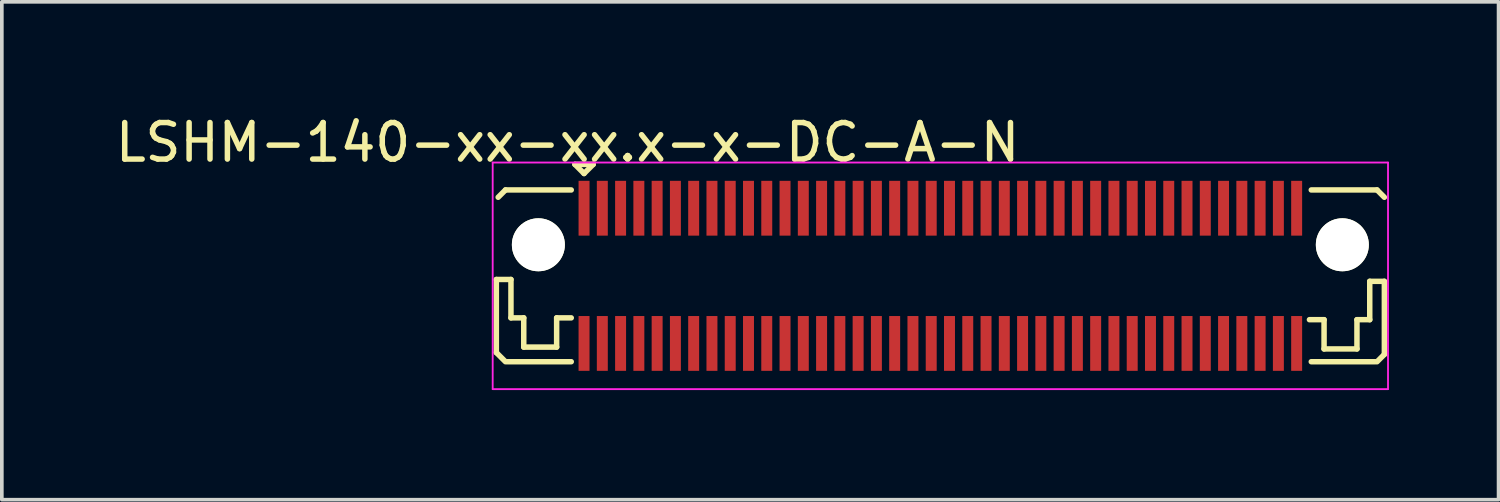
<source format=kicad_pcb>
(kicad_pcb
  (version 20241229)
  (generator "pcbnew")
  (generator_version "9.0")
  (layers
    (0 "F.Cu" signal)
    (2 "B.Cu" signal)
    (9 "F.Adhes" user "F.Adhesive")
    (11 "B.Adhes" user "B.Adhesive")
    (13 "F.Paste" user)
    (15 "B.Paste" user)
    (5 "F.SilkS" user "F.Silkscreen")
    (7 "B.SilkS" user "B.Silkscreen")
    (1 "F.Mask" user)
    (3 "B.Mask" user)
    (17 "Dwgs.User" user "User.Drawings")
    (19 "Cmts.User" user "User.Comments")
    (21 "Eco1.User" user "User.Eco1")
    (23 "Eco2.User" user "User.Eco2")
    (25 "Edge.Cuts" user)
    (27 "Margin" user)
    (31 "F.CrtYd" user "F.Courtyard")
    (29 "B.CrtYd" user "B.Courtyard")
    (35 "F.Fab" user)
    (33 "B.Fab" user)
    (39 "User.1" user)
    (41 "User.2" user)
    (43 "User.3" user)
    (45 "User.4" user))
  (footprint "LSHM-140-xx-xx.x-x-DC-A-N"
    (layer "F.Cu")
    (at 22.682 4.498)
    (property "Reference" "LSHM-140-xx-xx.x-x-DC-A-N" (at -10.2 -3.65 0) (layer "F.SilkS") (effects (font (size 1 1) (thickness 0.15))))
    (attr smd)
    (fp_line (start -12.15 0.1) (end -11.75 0.1) (stroke (width 0.15) (type solid)) (layer "F.SilkS"))
    (fp_line (start -12.15 2.1) (end -12.15 0.1) (stroke (width 0.15) (type solid)) (layer "F.SilkS"))
    (fp_line (start -11.9 -2.35) (end -12.1 -2.15) (stroke (width 0.15) (type solid)) (layer "F.SilkS"))
    (fp_line (start -11.9 -2.35) (end -10.1 -2.35) (stroke (width 0.15) (type solid)) (layer "F.SilkS"))
    (fp_line (start -11.9 2.35) (end -12.15 2.1) (stroke (width 0.15) (type solid)) (layer "F.SilkS"))
    (fp_line (start -11.85 2.35) (end -10.1 2.35) (stroke (width 0.15) (type solid)) (layer "F.SilkS"))
    (fp_line (start -11.75 0.1) (end -11.75 1.15) (stroke (width 0.15) (type solid)) (layer "F.SilkS"))
    (fp_line (start -11.75 1.15) (end -11.4 1.15) (stroke (width 0.15) (type solid)) (layer "F.SilkS"))
    (fp_line (start -11.4 1.95) (end -11.4 1.15) (stroke (width 0.15) (type solid)) (layer "F.SilkS"))
    (fp_line (start -10.5 1.15) (end -10.1 1.15) (stroke (width 0.15) (type solid)) (layer "F.SilkS"))
    (fp_line (start -10.5 1.95) (end -11.4 1.95) (stroke (width 0.15) (type solid)) (layer "F.SilkS"))
    (fp_line (start -10.5 1.95) (end -10.5 1.15) (stroke (width 0.15) (type solid)) (layer "F.SilkS"))
    (fp_line (start -10 -3.05) (end -9.75 -2.8) (stroke (width 0.15) (type solid)) (layer "F.SilkS"))
    (fp_line (start -9.75 -2.8) (end -9.5 -3.05) (stroke (width 0.15) (type solid)) (layer "F.SilkS"))
    (fp_line (start -9.5 -3.05) (end -10 -3.05) (stroke (width 0.15) (type solid)) (layer "F.SilkS"))
    (fp_line (start 10.1 1.2) (end 10.5 1.2) (stroke (width 0.15) (type solid)) (layer "F.SilkS"))
    (fp_line (start 10.15 -2.35) (end 11.95 -2.35) (stroke (width 0.15) (type solid)) (layer "F.SilkS"))
    (fp_line (start 10.15 2.35) (end 11.9 2.35) (stroke (width 0.15) (type solid)) (layer "F.SilkS"))
    (fp_line (start 10.5 2) (end 10.5 1.2) (stroke (width 0.15) (type solid)) (layer "F.SilkS"))
    (fp_line (start 11.4 1.2) (end 11.75 1.2) (stroke (width 0.15) (type solid)) (layer "F.SilkS"))
    (fp_line (start 11.4 2) (end 10.5 2) (stroke (width 0.15) (type solid)) (layer "F.SilkS"))
    (fp_line (start 11.4 2) (end 11.4 1.2) (stroke (width 0.15) (type solid)) (layer "F.SilkS"))
    (fp_line (start 11.75 0.15) (end 11.75 1.2) (stroke (width 0.15) (type solid)) (layer "F.SilkS"))
    (fp_line (start 11.75 0.15) (end 12.15 0.15) (stroke (width 0.15) (type solid)) (layer "F.SilkS"))
    (fp_line (start 11.95 -2.35) (end 12.15 -2.15) (stroke (width 0.15) (type solid)) (layer "F.SilkS"))
    (fp_line (start 11.95 2.35) (end 12.15 2.15) (stroke (width 0.15) (type solid)) (layer "F.SilkS"))
    (fp_line (start 12.15 2.15) (end 12.15 0.15) (stroke (width 0.15) (type solid)) (layer "F.SilkS"))
    (fp_line (start -12.25 -3.1) (end 12.25 -3.1) (stroke (width 0.05) (type solid)) (layer "F.CrtYd"))
    (fp_line (start -12.25 3.1) (end -12.25 -3.1) (stroke (width 0.05) (type solid)) (layer "F.CrtYd"))
    (fp_line (start -12.25 3.1) (end 12.25 3.1) (stroke (width 0.05) (type solid)) (layer "F.CrtYd"))
    (fp_line (start 12.25 3.1) (end 12.25 -3.1) (stroke (width 0.05) (type solid)) (layer "F.CrtYd"))
    (pad "" np_thru_hole circle (at -11 -0.85) (size 1.45 1.45) (drill 1.45) (layers "*.Cu" "*.Mask" "F.SilkS"))
    (pad "" np_thru_hole circle (at 11 -0.85) (size 1.45 1.45) (drill 1.45) (layers "*.Cu" "*.Mask" "F.SilkS"))
    (pad "1" smd rect (at -9.75 -1.85) (size 0.3 1.5) (layers "F.Cu" "F.Mask" "F.Paste"))
    (pad "2" smd rect (at -9.75 1.85) (size 0.3 1.5) (layers "F.Cu" "F.Mask" "F.Paste"))
    (pad "3" smd rect (at -9.25 -1.85) (size 0.3 1.5) (layers "F.Cu" "F.Mask" "F.Paste"))
    (pad "4" smd rect (at -9.25 1.85) (size 0.3 1.5) (layers "F.Cu" "F.Mask" "F.Paste"))
    (pad "5" smd rect (at -8.75 -1.85) (size 0.3 1.5) (layers "F.Cu" "F.Mask" "F.Paste"))
    (pad "6" smd rect (at -8.75 1.85) (size 0.3 1.5) (layers "F.Cu" "F.Mask" "F.Paste"))
    (pad "7" smd rect (at -8.25 -1.85) (size 0.3 1.5) (layers "F.Cu" "F.Mask" "F.Paste"))
    (pad "8" smd rect (at -8.25 1.85) (size 0.3 1.5) (layers "F.Cu" "F.Mask" "F.Paste"))
    (pad "9" smd rect (at -7.75 -1.85) (size 0.3 1.5) (layers "F.Cu" "F.Mask" "F.Paste"))
    (pad "10" smd rect (at -7.75 1.85) (size 0.3 1.5) (layers "F.Cu" "F.Mask" "F.Paste"))
    (pad "11" smd rect (at -7.25 -1.85) (size 0.3 1.5) (layers "F.Cu" "F.Mask" "F.Paste"))
    (pad "12" smd rect (at -7.25 1.85) (size 0.3 1.5) (layers "F.Cu" "F.Mask" "F.Paste"))
    (pad "13" smd rect (at -6.75 -1.85) (size 0.3 1.5) (layers "F.Cu" "F.Mask" "F.Paste"))
    (pad "14" smd rect (at -6.75 1.85) (size 0.3 1.5) (layers "F.Cu" "F.Mask" "F.Paste"))
    (pad "15" smd rect (at -6.25 -1.85) (size 0.3 1.5) (layers "F.Cu" "F.Mask" "F.Paste"))
    (pad "16" smd rect (at -6.25 1.85) (size 0.3 1.5) (layers "F.Cu" "F.Mask" "F.Paste"))
    (pad "17" smd rect (at -5.75 -1.85) (size 0.3 1.5) (layers "F.Cu" "F.Mask" "F.Paste"))
    (pad "18" smd rect (at -5.75 1.85) (size 0.3 1.5) (layers "F.Cu" "F.Mask" "F.Paste"))
    (pad "19" smd rect (at -5.25 -1.85) (size 0.3 1.5) (layers "F.Cu" "F.Mask" "F.Paste"))
    (pad "20" smd rect (at -5.25 1.85) (size 0.3 1.5) (layers "F.Cu" "F.Mask" "F.Paste"))
    (pad "21" smd rect (at -4.75 -1.85) (size 0.3 1.5) (layers "F.Cu" "F.Mask" "F.Paste"))
    (pad "22" smd rect (at -4.75 1.85) (size 0.3 1.5) (layers "F.Cu" "F.Mask" "F.Paste"))
    (pad "23" smd rect (at -4.25 -1.85) (size 0.3 1.5) (layers "F.Cu" "F.Mask" "F.Paste"))
    (pad "24" smd rect (at -4.25 1.85) (size 0.3 1.5) (layers "F.Cu" "F.Mask" "F.Paste"))
    (pad "25" smd rect (at -3.75 -1.85) (size 0.3 1.5) (layers "F.Cu" "F.Mask" "F.Paste"))
    (pad "26" smd rect (at -3.75 1.85) (size 0.3 1.5) (layers "F.Cu" "F.Mask" "F.Paste"))
    (pad "27" smd rect (at -3.25 -1.85) (size 0.3 1.5) (layers "F.Cu" "F.Mask" "F.Paste"))
    (pad "28" smd rect (at -3.25 1.85) (size 0.3 1.5) (layers "F.Cu" "F.Mask" "F.Paste"))
    (pad "29" smd rect (at -2.75 -1.85) (size 0.3 1.5) (layers "F.Cu" "F.Mask" "F.Paste"))
    (pad "30" smd rect (at -2.75 1.85) (size 0.3 1.5) (layers "F.Cu" "F.Mask" "F.Paste"))
    (pad "31" smd rect (at -2.25 -1.85) (size 0.3 1.5) (layers "F.Cu" "F.Mask" "F.Paste"))
    (pad "32" smd rect (at -2.25 1.85) (size 0.3 1.5) (layers "F.Cu" "F.Mask" "F.Paste"))
    (pad "33" smd rect (at -1.75 -1.85) (size 0.3 1.5) (layers "F.Cu" "F.Mask" "F.Paste"))
    (pad "34" smd rect (at -1.75 1.85) (size 0.3 1.5) (layers "F.Cu" "F.Mask" "F.Paste"))
    (pad "35" smd rect (at -1.25 -1.85) (size 0.3 1.5) (layers "F.Cu" "F.Mask" "F.Paste"))
    (pad "36" smd rect (at -1.25 1.85) (size 0.3 1.5) (layers "F.Cu" "F.Mask" "F.Paste"))
    (pad "37" smd rect (at -0.75 -1.85) (size 0.3 1.5) (layers "F.Cu" "F.Mask" "F.Paste"))
    (pad "38" smd rect (at -0.75 1.85) (size 0.3 1.5) (layers "F.Cu" "F.Mask" "F.Paste"))
    (pad "39" smd rect (at -0.25 -1.85) (size 0.3 1.5) (layers "F.Cu" "F.Mask" "F.Paste"))
    (pad "40" smd rect (at -0.25 1.85) (size 0.3 1.5) (layers "F.Cu" "F.Mask" "F.Paste"))
    (pad "41" smd rect (at 0.25 -1.85) (size 0.3 1.5) (layers "F.Cu" "F.Mask" "F.Paste"))
    (pad "42" smd rect (at 0.25 1.85) (size 0.3 1.5) (layers "F.Cu" "F.Mask" "F.Paste"))
    (pad "43" smd rect (at 0.75 -1.85) (size 0.3 1.5) (layers "F.Cu" "F.Mask" "F.Paste"))
    (pad "44" smd rect (at 0.75 1.85) (size 0.3 1.5) (layers "F.Cu" "F.Mask" "F.Paste"))
    (pad "45" smd rect (at 1.25 -1.85) (size 0.3 1.5) (layers "F.Cu" "F.Mask" "F.Paste"))
    (pad "46" smd rect (at 1.25 1.85) (size 0.3 1.5) (layers "F.Cu" "F.Mask" "F.Paste"))
    (pad "47" smd rect (at 1.75 -1.85) (size 0.3 1.5) (layers "F.Cu" "F.Mask" "F.Paste"))
    (pad "48" smd rect (at 1.75 1.85) (size 0.3 1.5) (layers "F.Cu" "F.Mask" "F.Paste"))
    (pad "49" smd rect (at 2.25 -1.85) (size 0.3 1.5) (layers "F.Cu" "F.Mask" "F.Paste"))
    (pad "50" smd rect (at 2.25 1.85) (size 0.3 1.5) (layers "F.Cu" "F.Mask" "F.Paste"))
    (pad "51" smd rect (at 2.75 -1.85) (size 0.3 1.5) (layers "F.Cu" "F.Mask" "F.Paste"))
    (pad "52" smd rect (at 2.75 1.85) (size 0.3 1.5) (layers "F.Cu" "F.Mask" "F.Paste"))
    (pad "53" smd rect (at 3.25 -1.85) (size 0.3 1.5) (layers "F.Cu" "F.Mask" "F.Paste"))
    (pad "54" smd rect (at 3.25 1.85) (size 0.3 1.5) (layers "F.Cu" "F.Mask" "F.Paste"))
    (pad "55" smd rect (at 3.75 -1.85) (size 0.3 1.5) (layers "F.Cu" "F.Mask" "F.Paste"))
    (pad "56" smd rect (at 3.75 1.85) (size 0.3 1.5) (layers "F.Cu" "F.Mask" "F.Paste"))
    (pad "57" smd rect (at 4.25 -1.85) (size 0.3 1.5) (layers "F.Cu" "F.Mask" "F.Paste"))
    (pad "58" smd rect (at 4.25 1.85) (size 0.3 1.5) (layers "F.Cu" "F.Mask" "F.Paste"))
    (pad "59" smd rect (at 4.75 -1.85) (size 0.3 1.5) (layers "F.Cu" "F.Mask" "F.Paste"))
    (pad "60" smd rect (at 4.75 1.85) (size 0.3 1.5) (layers "F.Cu" "F.Mask" "F.Paste"))
    (pad "61" smd rect (at 5.25 -1.85) (size 0.3 1.5) (layers "F.Cu" "F.Mask" "F.Paste"))
    (pad "62" smd rect (at 5.25 1.85) (size 0.3 1.5) (layers "F.Cu" "F.Mask" "F.Paste"))
    (pad "63" smd rect (at 5.75 -1.85) (size 0.3 1.5) (layers "F.Cu" "F.Mask" "F.Paste"))
    (pad "64" smd rect (at 5.75 1.85) (size 0.3 1.5) (layers "F.Cu" "F.Mask" "F.Paste"))
    (pad "65" smd rect (at 6.25 -1.85) (size 0.3 1.5) (layers "F.Cu" "F.Mask" "F.Paste"))
    (pad "66" smd rect (at 6.25 1.85) (size 0.3 1.5) (layers "F.Cu" "F.Mask" "F.Paste"))
    (pad "67" smd rect (at 6.75 -1.85) (size 0.3 1.5) (layers "F.Cu" "F.Mask" "F.Paste"))
    (pad "68" smd rect (at 6.75 1.85) (size 0.3 1.5) (layers "F.Cu" "F.Mask" "F.Paste"))
    (pad "69" smd rect (at 7.25 -1.85) (size 0.3 1.5) (layers "F.Cu" "F.Mask" "F.Paste"))
    (pad "70" smd rect (at 7.25 1.85) (size 0.3 1.5) (layers "F.Cu" "F.Mask" "F.Paste"))
    (pad "71" smd rect (at 7.75 -1.85) (size 0.3 1.5) (layers "F.Cu" "F.Mask" "F.Paste"))
    (pad "72" smd rect (at 7.75 1.85) (size 0.3 1.5) (layers "F.Cu" "F.Mask" "F.Paste"))
    (pad "73" smd rect (at 8.25 -1.85) (size 0.3 1.5) (layers "F.Cu" "F.Mask" "F.Paste"))
    (pad "74" smd rect (at 8.25 1.85) (size 0.3 1.5) (layers "F.Cu" "F.Mask" "F.Paste"))
    (pad "75" smd rect (at 8.75 -1.85) (size 0.3 1.5) (layers "F.Cu" "F.Mask" "F.Paste"))
    (pad "76" smd rect (at 8.75 1.85) (size 0.3 1.5) (layers "F.Cu" "F.Mask" "F.Paste"))
    (pad "77" smd rect (at 9.25 -1.85) (size 0.3 1.5) (layers "F.Cu" "F.Mask" "F.Paste"))
    (pad "78" smd rect (at 9.25 1.85) (size 0.3 1.5) (layers "F.Cu" "F.Mask" "F.Paste"))
    (pad "79" smd rect (at 9.75 -1.85) (size 0.3 1.5) (layers "F.Cu" "F.Mask" "F.Paste"))
    (pad "80" smd rect (at 9.75 1.85) (size 0.3 1.5) (layers "F.Cu" "F.Mask" "F.Paste")))
  (gr_rect
    (start -3 -3)
    (end 37.957 10.623)
    (stroke (width 0.1) (type default))
    (fill no)
    (layer "Edge.Cuts")))
</source>
